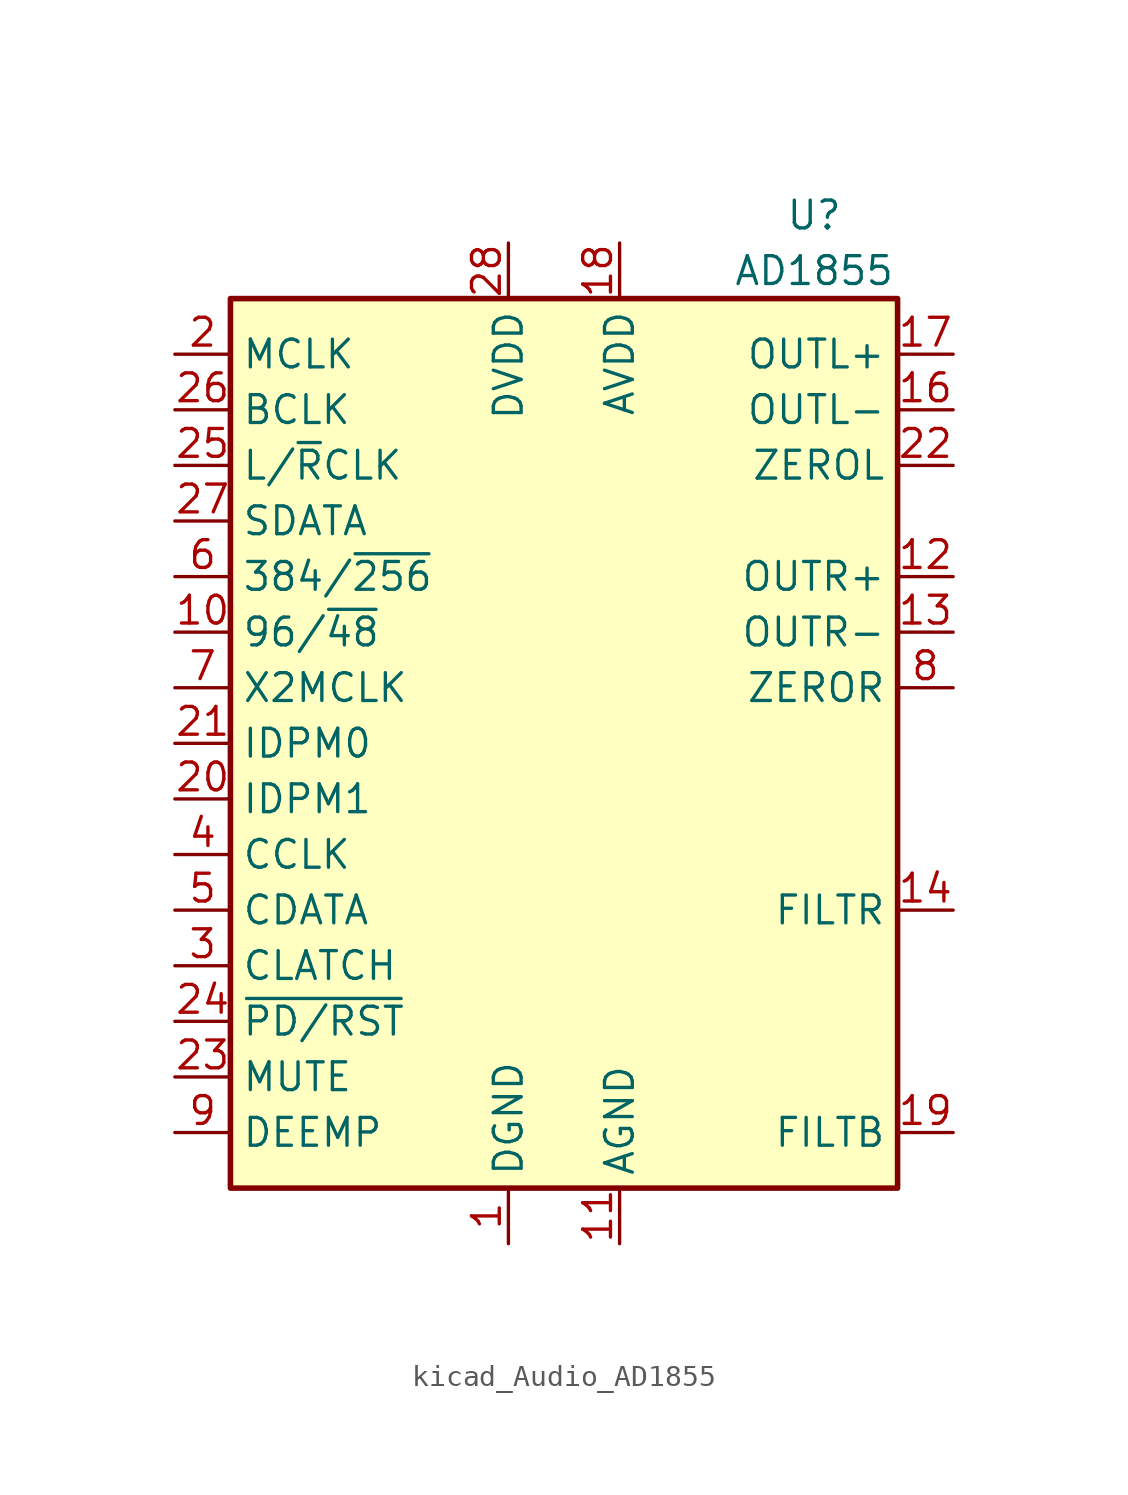
<source format=kicad_sym>
(kicad_symbol_lib
  (version 20220914)
  (generator kicad_symbol_editor)
  (symbol "kicad_Audio_AD1855"
    (property "Reference" "U"
      (at 11.43 24.13 0)
      (effects (font (size 1.27 1.27))))
    (property "Value" "AD1855"
      (at 11.43 21.59 0)
      (effects (font (size 1.27 1.27))))
    (symbol "kicad_Audio_AD1855_0_1"
      (rectangle (start -15.24 20.32) (end 15.24 -20.32) (stroke (width 0.254) (type default)) (fill (type background))))
    (symbol "kicad_Audio_AD1855_1_1"
      (pin power_in line (at -2.54 -22.86 90) (length 2.54) (name "DGND" (effects (font (size 1.27 1.27)))) (number "1" (effects (font (size 1.27 1.27)))))
      (pin input line (at -17.78 5.08 0) (length 2.54) (name "96/~{48}" (effects (font (size 1.27 1.27)))) (number "10" (effects (font (size 1.27 1.27)))))
      (pin power_in line (at 2.54 -22.86 90) (length 2.54) (name "AGND" (effects (font (size 1.27 1.27)))) (number "11" (effects (font (size 1.27 1.27)))))
      (pin output line (at 17.78 7.62 180) (length 2.54) (name "OUTR+" (effects (font (size 1.27 1.27)))) (number "12" (effects (font (size 1.27 1.27)))))
      (pin output line (at 17.78 5.08 180) (length 2.54) (name "OUTR-" (effects (font (size 1.27 1.27)))) (number "13" (effects (font (size 1.27 1.27)))))
      (pin output line (at 17.78 -7.62 180) (length 2.54) (name "FILTR" (effects (font (size 1.27 1.27)))) (number "14" (effects (font (size 1.27 1.27)))))
      (pin passive line (at 2.54 -22.86 90) (length 2.54) hide (name "AGND" (effects (font (size 1.27 1.27)))) (number "15" (effects (font (size 1.27 1.27)))))
      (pin output line (at 17.78 15.24 180) (length 2.54) (name "OUTL-" (effects (font (size 1.27 1.27)))) (number "16" (effects (font (size 1.27 1.27)))))
      (pin output line (at 17.78 17.78 180) (length 2.54) (name "OUTL+" (effects (font (size 1.27 1.27)))) (number "17" (effects (font (size 1.27 1.27)))))
      (pin power_in line (at 2.54 22.86 270) (length 2.54) (name "AVDD" (effects (font (size 1.27 1.27)))) (number "18" (effects (font (size 1.27 1.27)))))
      (pin output line (at 17.78 -17.78 180) (length 2.54) (name "FILTB" (effects (font (size 1.27 1.27)))) (number "19" (effects (font (size 1.27 1.27)))))
      (pin input line (at -17.78 17.78 0) (length 2.54) (name "MCLK" (effects (font (size 1.27 1.27)))) (number "2" (effects (font (size 1.27 1.27)))))
      (pin input line (at -17.78 -2.54 0) (length 2.54) (name "IDPM1" (effects (font (size 1.27 1.27)))) (number "20" (effects (font (size 1.27 1.27)))))
      (pin input line (at -17.78 0 0) (length 2.54) (name "IDPM0" (effects (font (size 1.27 1.27)))) (number "21" (effects (font (size 1.27 1.27)))))
      (pin output line (at 17.78 12.7 180) (length 2.54) (name "ZEROL" (effects (font (size 1.27 1.27)))) (number "22" (effects (font (size 1.27 1.27)))))
      (pin input line (at -17.78 -15.24 0) (length 2.54) (name "MUTE" (effects (font (size 1.27 1.27)))) (number "23" (effects (font (size 1.27 1.27)))))
      (pin input line (at -17.78 -12.7 0) (length 2.54) (name "~{PD/RST}" (effects (font (size 1.27 1.27)))) (number "24" (effects (font (size 1.27 1.27)))))
      (pin input line (at -17.78 12.7 0) (length 2.54) (name "L/~{R}CLK" (effects (font (size 1.27 1.27)))) (number "25" (effects (font (size 1.27 1.27)))))
      (pin input line (at -17.78 15.24 0) (length 2.54) (name "BCLK" (effects (font (size 1.27 1.27)))) (number "26" (effects (font (size 1.27 1.27)))))
      (pin input line (at -17.78 10.16 0) (length 2.54) (name "SDATA" (effects (font (size 1.27 1.27)))) (number "27" (effects (font (size 1.27 1.27)))))
      (pin power_in line (at -2.54 22.86 270) (length 2.54) (name "DVDD" (effects (font (size 1.27 1.27)))) (number "28" (effects (font (size 1.27 1.27)))))
      (pin input line (at -17.78 -10.16 0) (length 2.54) (name "CLATCH" (effects (font (size 1.27 1.27)))) (number "3" (effects (font (size 1.27 1.27)))))
      (pin input line (at -17.78 -5.08 0) (length 2.54) (name "CCLK" (effects (font (size 1.27 1.27)))) (number "4" (effects (font (size 1.27 1.27)))))
      (pin input line (at -17.78 -7.62 0) (length 2.54) (name "CDATA" (effects (font (size 1.27 1.27)))) (number "5" (effects (font (size 1.27 1.27)))))
      (pin input line (at -17.78 7.62 0) (length 2.54) (name "384/~{256}" (effects (font (size 1.27 1.27)))) (number "6" (effects (font (size 1.27 1.27)))))
      (pin input line (at -17.78 2.54 0) (length 2.54) (name "X2MCLK" (effects (font (size 1.27 1.27)))) (number "7" (effects (font (size 1.27 1.27)))))
      (pin output line (at 17.78 2.54 180) (length 2.54) (name "ZEROR" (effects (font (size 1.27 1.27)))) (number "8" (effects (font (size 1.27 1.27)))))
      (pin input line (at -17.78 -17.78 0) (length 2.54) (name "DEEMP" (effects (font (size 1.27 1.27)))) (number "9" (effects (font (size 1.27 1.27))))))))
</source>
